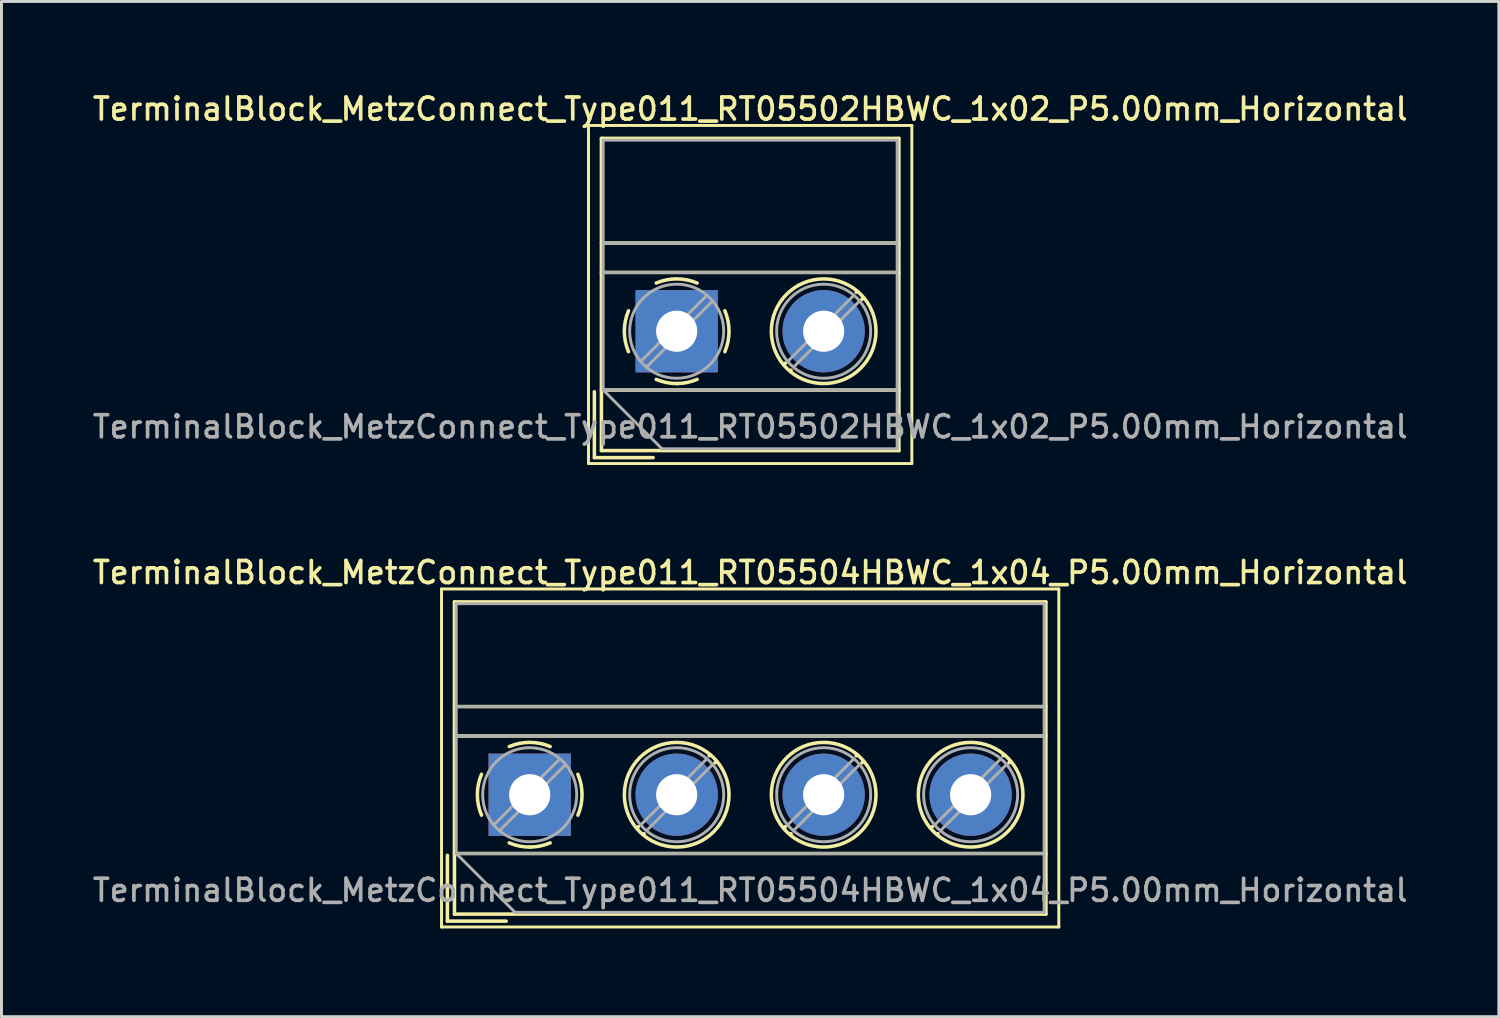
<source format=kicad_pcb>
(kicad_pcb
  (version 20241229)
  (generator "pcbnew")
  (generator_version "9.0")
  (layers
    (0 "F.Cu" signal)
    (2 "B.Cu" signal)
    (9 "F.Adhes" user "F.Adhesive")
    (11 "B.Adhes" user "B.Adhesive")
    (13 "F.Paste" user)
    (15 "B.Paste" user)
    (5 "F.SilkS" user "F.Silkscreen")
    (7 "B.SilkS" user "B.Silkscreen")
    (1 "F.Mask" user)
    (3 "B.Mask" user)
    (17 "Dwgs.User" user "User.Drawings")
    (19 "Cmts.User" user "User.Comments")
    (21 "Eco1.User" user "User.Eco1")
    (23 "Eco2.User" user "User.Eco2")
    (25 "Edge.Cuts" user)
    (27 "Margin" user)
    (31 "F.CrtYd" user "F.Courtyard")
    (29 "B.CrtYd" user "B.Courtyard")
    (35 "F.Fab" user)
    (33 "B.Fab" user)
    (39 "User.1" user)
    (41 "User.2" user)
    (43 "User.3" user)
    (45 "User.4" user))
  (footprint "TerminalBlock_MetzConnect_Type011_RT05504HBWC_1x04_P5.00mm_Horizontal"
    (layer "F.Cu")
    (at 14.97 23.986)
    (property "Reference" "TerminalBlock_MetzConnect_Type011_RT05504HBWC_1x04_P5.00mm_Horizontal" (at 7.5 -7.56 0) (layer "F.SilkS") (effects (font (size 0.75 0.75) (thickness 0.125))))
    (attr through_hole)
    (fp_line (start -3 -7) (end -3 4.5) (stroke (width 0.1) (type solid)) (layer "F.SilkS"))
    (fp_line (start -3 4.5) (end 18 4.5) (stroke (width 0.1) (type solid)) (layer "F.SilkS"))
    (fp_line (start -2.8 2.06) (end -2.8 4.3) (stroke (width 0.12) (type solid)) (layer "F.SilkS"))
    (fp_line (start -2.8 4.3) (end -0.8 4.3) (stroke (width 0.12) (type solid)) (layer "F.SilkS"))
    (fp_line (start -2.56 -6.56) (end -2.56 4.06) (stroke (width 0.12) (type solid)) (layer "F.SilkS"))
    (fp_line (start -2.56 -6.56) (end 17.561 -6.56) (stroke (width 0.12) (type solid)) (layer "F.SilkS"))
    (fp_line (start -2.56 -3) (end 17.561 -3) (stroke (width 0.12) (type solid)) (layer "F.SilkS"))
    (fp_line (start -2.56 -2) (end 17.561 -2) (stroke (width 0.12) (type solid)) (layer "F.SilkS"))
    (fp_line (start -2.56 2) (end 17.561 2) (stroke (width 0.12) (type solid)) (layer "F.SilkS"))
    (fp_line (start -2.56 4.06) (end 17.561 4.06) (stroke (width 0.12) (type solid)) (layer "F.SilkS"))
    (fp_line (start 3.7 1.083) (end 3.65 1.133) (stroke (width 0.12) (type solid)) (layer "F.SilkS"))
    (fp_line (start 3.892 1.325) (end 3.868 1.35) (stroke (width 0.12) (type solid)) (layer "F.SilkS"))
    (fp_line (start 6.133 -1.35) (end 6.108 -1.326) (stroke (width 0.12) (type solid)) (layer "F.SilkS"))
    (fp_line (start 6.35 -1.133) (end 6.301 -1.083) (stroke (width 0.12) (type solid)) (layer "F.SilkS"))
    (fp_line (start 8.7 1.083) (end 8.65 1.133) (stroke (width 0.12) (type solid)) (layer "F.SilkS"))
    (fp_line (start 8.892 1.325) (end 8.868 1.35) (stroke (width 0.12) (type solid)) (layer "F.SilkS"))
    (fp_line (start 11.133 -1.35) (end 11.108 -1.326) (stroke (width 0.12) (type solid)) (layer "F.SilkS"))
    (fp_line (start 11.35 -1.133) (end 11.301 -1.083) (stroke (width 0.12) (type solid)) (layer "F.SilkS"))
    (fp_line (start 13.7 1.083) (end 13.65 1.133) (stroke (width 0.12) (type solid)) (layer "F.SilkS"))
    (fp_line (start 13.892 1.325) (end 13.868 1.35) (stroke (width 0.12) (type solid)) (layer "F.SilkS"))
    (fp_line (start 16.133 -1.35) (end 16.108 -1.326) (stroke (width 0.12) (type solid)) (layer "F.SilkS"))
    (fp_line (start 16.35 -1.133) (end 16.301 -1.083) (stroke (width 0.12) (type solid)) (layer "F.SilkS"))
    (fp_line (start 17.561 -6.56) (end 17.561 4.06) (stroke (width 0.12) (type solid)) (layer "F.SilkS"))
    (fp_line (start 18 -7) (end -3 -7) (stroke (width 0.1) (type solid)) (layer "F.SilkS"))
    (fp_line (start 18 4.5) (end 18 -7) (stroke (width 0.1) (type solid)) (layer "F.SilkS"))
    (fp_arc (start -1.639206 0.695516) (mid -1.780657 -0.000263) (end -1.639 -0.696) (stroke (width 0.12) (type solid)) (layer "F.SilkS"))
    (fp_arc (start -0.695516 -1.639206) (mid 0.000263 -1.780657) (end 0.696 -1.639) (stroke (width 0.12) (type solid)) (layer "F.SilkS"))
    (fp_arc (start 0.030814 1.78039) (mid -0.340023 1.747891) (end -0.696 1.639) (stroke (width 0.12) (type solid)) (layer "F.SilkS"))
    (fp_arc (start 0.695501 1.638499) (mid 0.354875 1.744266) (end 0 1.78) (stroke (width 0.12) (type solid)) (layer "F.SilkS"))
    (fp_arc (start 1.639206 -0.695516) (mid 1.780657 0.000263) (end 1.639 0.696) (stroke (width 0.12) (type solid)) (layer "F.SilkS"))
    (fp_circle (center 5 0) (end 6.78 0) (stroke (width 0.12) (type solid)) (fill no) (layer "F.SilkS"))
    (fp_circle (center 10 0) (end 11.78 0) (stroke (width 0.12) (type solid)) (fill no) (layer "F.SilkS"))
    (fp_circle (center 15 0) (end 16.78 0) (stroke (width 0.12) (type solid)) (fill no) (layer "F.SilkS"))
    (fp_line (start -2.5 -6.5) (end 17.5 -6.5) (stroke (width 0.1) (type solid)) (layer "F.Fab"))
    (fp_line (start -2.5 -3) (end 17.5 -3) (stroke (width 0.1) (type solid)) (layer "F.Fab"))
    (fp_line (start -2.5 -2) (end 17.5 -2) (stroke (width 0.1) (type solid)) (layer "F.Fab"))
    (fp_line (start -2.5 2) (end -2.5 -6.5) (stroke (width 0.1) (type solid)) (layer "F.Fab"))
    (fp_line (start -2.5 2) (end 17.5 2) (stroke (width 0.1) (type solid)) (layer "F.Fab"))
    (fp_line (start -0.5 4) (end -2.5 2) (stroke (width 0.1) (type solid)) (layer "F.Fab"))
    (fp_line (start 1.019 -1.214) (end -1.214 1.018) (stroke (width 0.1) (type solid)) (layer "F.Fab"))
    (fp_line (start 1.214 -1.019) (end -1.019 1.214) (stroke (width 0.1) (type solid)) (layer "F.Fab"))
    (fp_line (start 6.019 -1.214) (end 3.787 1.018) (stroke (width 0.1) (type solid)) (layer "F.Fab"))
    (fp_line (start 6.214 -1.019) (end 3.982 1.214) (stroke (width 0.1) (type solid)) (layer "F.Fab"))
    (fp_line (start 11.019 -1.214) (end 8.787 1.018) (stroke (width 0.1) (type solid)) (layer "F.Fab"))
    (fp_line (start 11.214 -1.019) (end 8.982 1.214) (stroke (width 0.1) (type solid)) (layer "F.Fab"))
    (fp_line (start 16.019 -1.214) (end 13.787 1.018) (stroke (width 0.1) (type solid)) (layer "F.Fab"))
    (fp_line (start 16.214 -1.019) (end 13.982 1.214) (stroke (width 0.1) (type solid)) (layer "F.Fab"))
    (fp_line (start 17.5 -6.5) (end 17.5 4) (stroke (width 0.1) (type solid)) (layer "F.Fab"))
    (fp_line (start 17.5 4) (end -0.5 4) (stroke (width 0.1) (type solid)) (layer "F.Fab"))
    (fp_circle (center 0 0) (end 1.6 0) (stroke (width 0.1) (type solid)) (fill no) (layer "F.Fab"))
    (fp_circle (center 5 0) (end 6.6 0) (stroke (width 0.1) (type solid)) (fill no) (layer "F.Fab"))
    (fp_circle (center 10 0) (end 11.6 0) (stroke (width 0.1) (type solid)) (fill no) (layer "F.Fab"))
    (fp_circle (center 15 0) (end 16.6 0) (stroke (width 0.1) (type solid)) (fill no) (layer "F.Fab"))
    (fp_text user "${REFERENCE}" (at 7.5 3.25 0) (layer "F.Fab") (effects (font (size 0.75 0.75) (thickness 0.125))))
    (pad "1" thru_hole rect (at 0 0) (size 2.8 2.8) (drill 1.4) (layers "*.Cu" "*.Mask"))
    (pad "2" thru_hole circle (at 5 0) (size 2.8 2.8) (drill 1.4) (layers "*.Cu" "*.Mask"))
    (pad "3" thru_hole circle (at 10 0) (size 2.8 2.8) (drill 1.4) (layers "*.Cu" "*.Mask"))
    (pad "4" thru_hole circle (at 15 0) (size 2.8 2.8) (drill 1.4) (layers "*.Cu" "*.Mask")))
  (footprint "TerminalBlock_MetzConnect_Type011_RT05502HBWC_1x02_P5.00mm_Horizontal"
    (layer "F.Cu")
    (at 19.97 8.218)
    (property "Reference" "TerminalBlock_MetzConnect_Type011_RT05502HBWC_1x02_P5.00mm_Horizontal" (at 2.5 -7.56 0) (layer "F.SilkS") (effects (font (size 0.75 0.75) (thickness 0.125))))
    (attr through_hole)
    (fp_line (start -3 -7) (end -3 4.5) (stroke (width 0.1) (type solid)) (layer "F.SilkS"))
    (fp_line (start -3 4.5) (end 8 4.5) (stroke (width 0.1) (type solid)) (layer "F.SilkS"))
    (fp_line (start -2.8 2.06) (end -2.8 4.3) (stroke (width 0.12) (type solid)) (layer "F.SilkS"))
    (fp_line (start -2.8 4.3) (end -0.8 4.3) (stroke (width 0.12) (type solid)) (layer "F.SilkS"))
    (fp_line (start -2.56 -6.56) (end -2.56 4.06) (stroke (width 0.12) (type solid)) (layer "F.SilkS"))
    (fp_line (start -2.56 -6.56) (end 7.56 -6.56) (stroke (width 0.12) (type solid)) (layer "F.SilkS"))
    (fp_line (start -2.56 -3) (end 7.56 -3) (stroke (width 0.12) (type solid)) (layer "F.SilkS"))
    (fp_line (start -2.56 -2) (end 7.56 -2) (stroke (width 0.12) (type solid)) (layer "F.SilkS"))
    (fp_line (start -2.56 2) (end 7.56 2) (stroke (width 0.12) (type solid)) (layer "F.SilkS"))
    (fp_line (start -2.56 4.06) (end 7.56 4.06) (stroke (width 0.12) (type solid)) (layer "F.SilkS"))
    (fp_line (start 3.7 1.083) (end 3.65 1.133) (stroke (width 0.12) (type solid)) (layer "F.SilkS"))
    (fp_line (start 3.892 1.325) (end 3.868 1.35) (stroke (width 0.12) (type solid)) (layer "F.SilkS"))
    (fp_line (start 6.133 -1.35) (end 6.108 -1.326) (stroke (width 0.12) (type solid)) (layer "F.SilkS"))
    (fp_line (start 6.35 -1.133) (end 6.301 -1.083) (stroke (width 0.12) (type solid)) (layer "F.SilkS"))
    (fp_line (start 7.56 -6.56) (end 7.56 4.06) (stroke (width 0.12) (type solid)) (layer "F.SilkS"))
    (fp_line (start 8 -7) (end -3 -7) (stroke (width 0.1) (type solid)) (layer "F.SilkS"))
    (fp_line (start 8 4.5) (end 8 -7) (stroke (width 0.1) (type solid)) (layer "F.SilkS"))
    (fp_arc (start -1.639206 0.695516) (mid -1.780657 -0.000263) (end -1.639 -0.696) (stroke (width 0.12) (type solid)) (layer "F.SilkS"))
    (fp_arc (start -0.695516 -1.639206) (mid 0.000263 -1.780657) (end 0.696 -1.639) (stroke (width 0.12) (type solid)) (layer "F.SilkS"))
    (fp_arc (start 0.030814 1.78039) (mid -0.340023 1.747891) (end -0.696 1.639) (stroke (width 0.12) (type solid)) (layer "F.SilkS"))
    (fp_arc (start 0.695501 1.638499) (mid 0.354875 1.744266) (end 0 1.78) (stroke (width 0.12) (type solid)) (layer "F.SilkS"))
    (fp_arc (start 1.639206 -0.695516) (mid 1.780657 0.000263) (end 1.639 0.696) (stroke (width 0.12) (type solid)) (layer "F.SilkS"))
    (fp_circle (center 5 0) (end 6.78 0) (stroke (width 0.12) (type solid)) (fill no) (layer "F.SilkS"))
    (fp_line (start -2.5 -6.5) (end 7.5 -6.5) (stroke (width 0.1) (type solid)) (layer "F.Fab"))
    (fp_line (start -2.5 -3) (end 7.5 -3) (stroke (width 0.1) (type solid)) (layer "F.Fab"))
    (fp_line (start -2.5 -2) (end 7.5 -2) (stroke (width 0.1) (type solid)) (layer "F.Fab"))
    (fp_line (start -2.5 2) (end -2.5 -6.5) (stroke (width 0.1) (type solid)) (layer "F.Fab"))
    (fp_line (start -2.5 2) (end 7.5 2) (stroke (width 0.1) (type solid)) (layer "F.Fab"))
    (fp_line (start -0.5 4) (end -2.5 2) (stroke (width 0.1) (type solid)) (layer "F.Fab"))
    (fp_line (start 1.019 -1.214) (end -1.214 1.018) (stroke (width 0.1) (type solid)) (layer "F.Fab"))
    (fp_line (start 1.214 -1.019) (end -1.019 1.214) (stroke (width 0.1) (type solid)) (layer "F.Fab"))
    (fp_line (start 6.019 -1.214) (end 3.787 1.018) (stroke (width 0.1) (type solid)) (layer "F.Fab"))
    (fp_line (start 6.214 -1.019) (end 3.982 1.214) (stroke (width 0.1) (type solid)) (layer "F.Fab"))
    (fp_line (start 7.5 -6.5) (end 7.5 4) (stroke (width 0.1) (type solid)) (layer "F.Fab"))
    (fp_line (start 7.5 4) (end -0.5 4) (stroke (width 0.1) (type solid)) (layer "F.Fab"))
    (fp_circle (center 0 0) (end 1.6 0) (stroke (width 0.1) (type solid)) (fill no) (layer "F.Fab"))
    (fp_circle (center 5 0) (end 6.6 0) (stroke (width 0.1) (type solid)) (fill no) (layer "F.Fab"))
    (fp_text user "${REFERENCE}" (at 2.5 3.25 0) (layer "F.Fab") (effects (font (size 0.75 0.75) (thickness 0.125))))
    (pad "1" thru_hole rect (at 0 0) (size 2.8 2.8) (drill 1.4) (layers "*.Cu" "*.Mask"))
    (pad "2" thru_hole circle (at 5 0) (size 2.8 2.8) (drill 1.4) (layers "*.Cu" "*.Mask")))
  (gr_rect
    (start -3 -3)
    (end 47.939 31.536)
    (stroke (width 0.1) (type default))
    (fill no)
    (layer "Edge.Cuts")))
</source>
